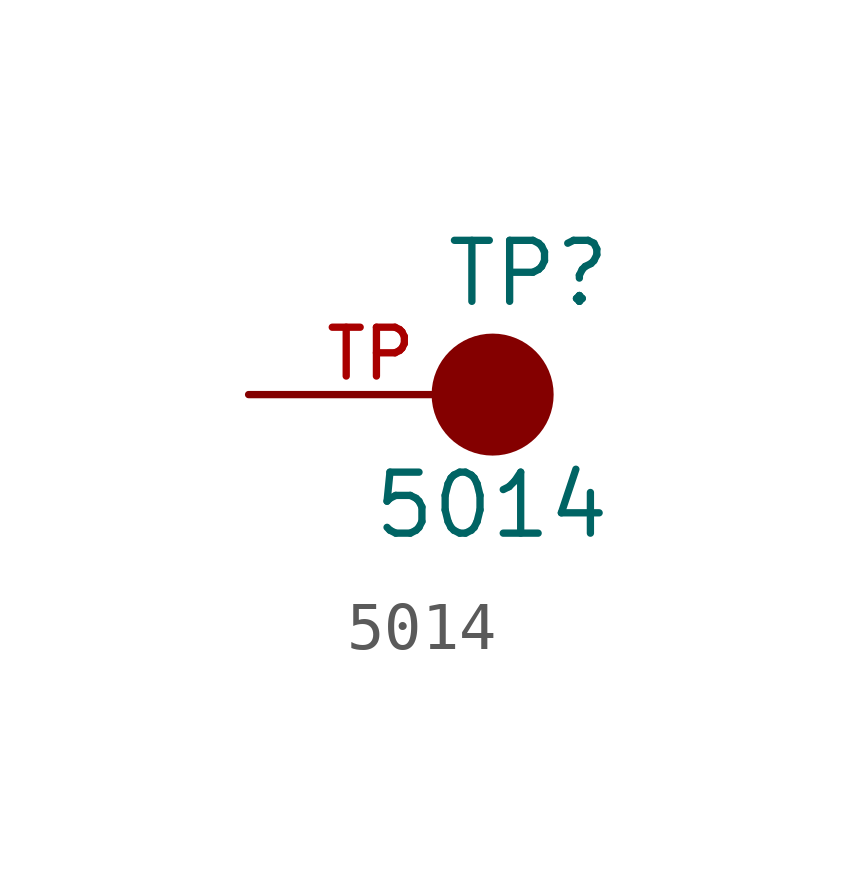
<source format=kicad_sym>
(kicad_symbol_lib
  (version 20241209)
  (generator "kicad_symbol_editor")
  (generator_version "9.0")
  (symbol "5014"
    (pin_names
      (offset 1.016))
    (property "Reference" "TP"
      (at -1.016 1.778 0)
      (effects (font (size 1.27 1.27)) (justify left bottom)))
    (property "Value" "5014"
      (at -2.54 -3.048 0)
      (effects (font (size 1.27 1.27)) (justify left bottom)))
    (symbol "5014_0_0"
      (circle (center 0 0) (radius 0.635) (stroke (width 1.27) (type default)) (fill (type none)))
      (pin passive line (at -5.08 0 0) (length 5.08) (name "~" (effects (font (size 1.016 1.016)))) (number "TP" (effects (font (size 1.016 1.016))))))))
</source>
